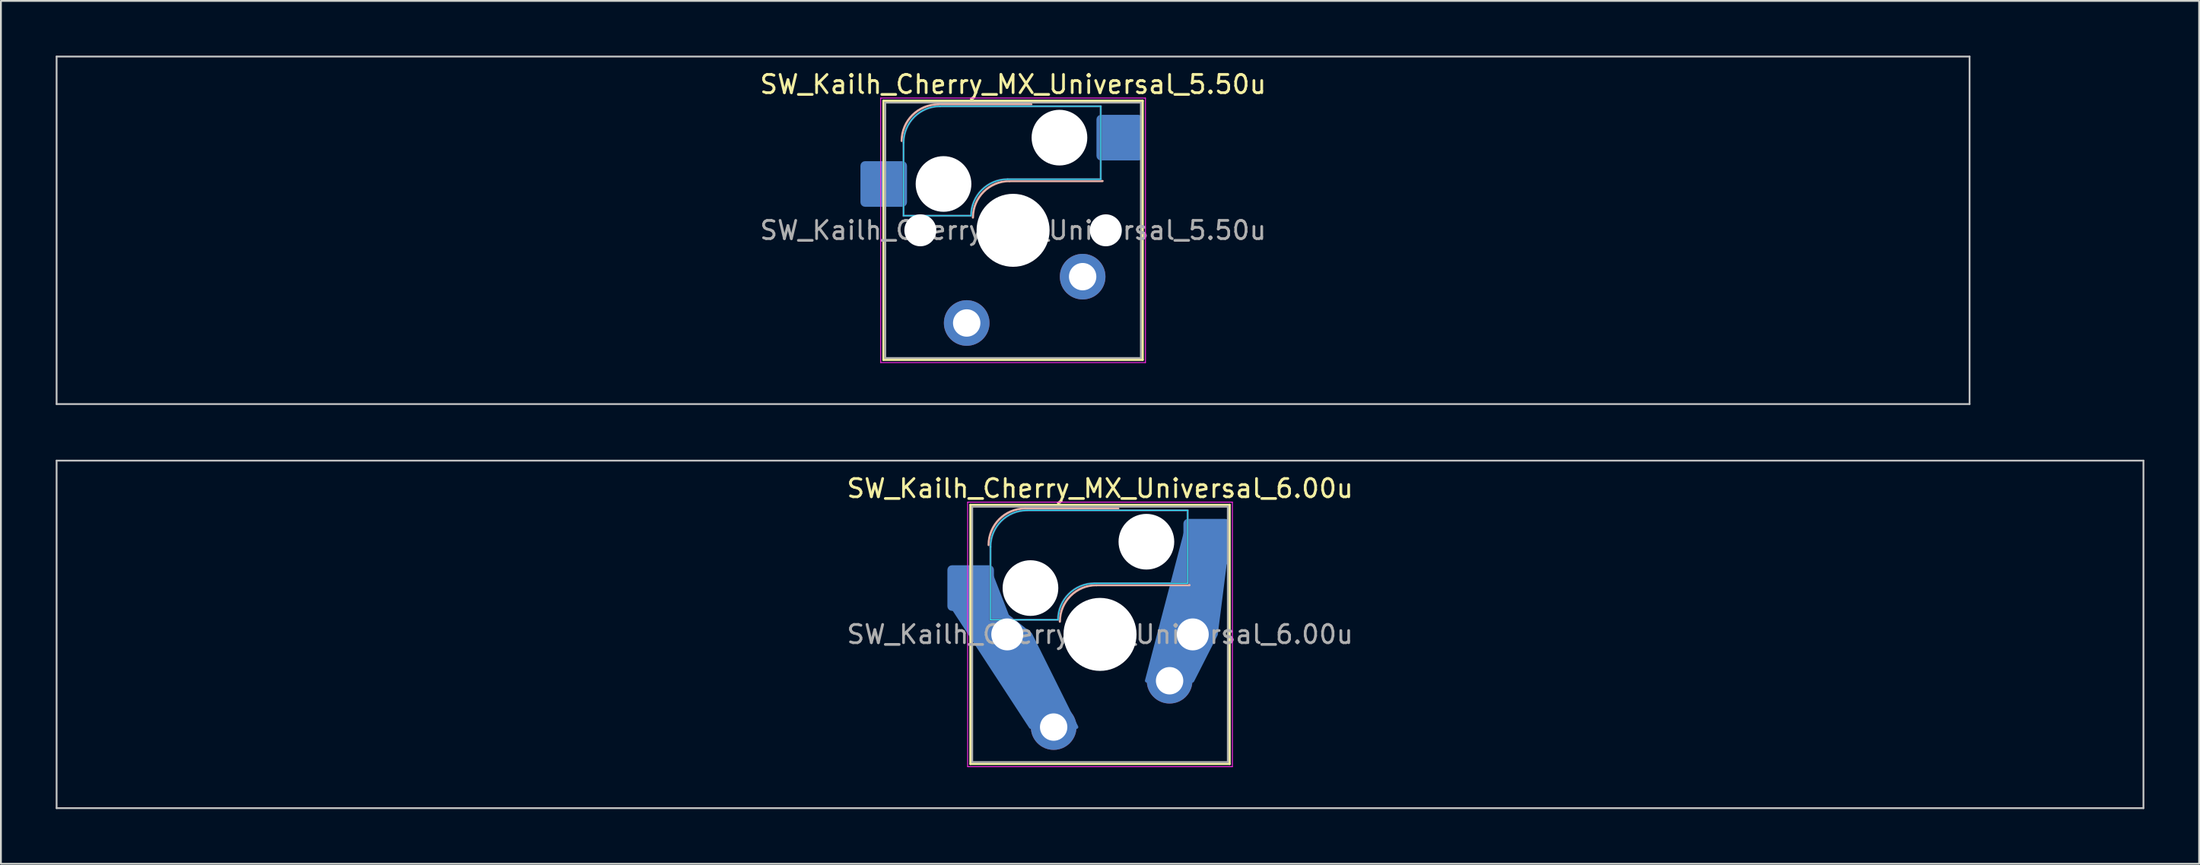
<source format=kicad_pcb>
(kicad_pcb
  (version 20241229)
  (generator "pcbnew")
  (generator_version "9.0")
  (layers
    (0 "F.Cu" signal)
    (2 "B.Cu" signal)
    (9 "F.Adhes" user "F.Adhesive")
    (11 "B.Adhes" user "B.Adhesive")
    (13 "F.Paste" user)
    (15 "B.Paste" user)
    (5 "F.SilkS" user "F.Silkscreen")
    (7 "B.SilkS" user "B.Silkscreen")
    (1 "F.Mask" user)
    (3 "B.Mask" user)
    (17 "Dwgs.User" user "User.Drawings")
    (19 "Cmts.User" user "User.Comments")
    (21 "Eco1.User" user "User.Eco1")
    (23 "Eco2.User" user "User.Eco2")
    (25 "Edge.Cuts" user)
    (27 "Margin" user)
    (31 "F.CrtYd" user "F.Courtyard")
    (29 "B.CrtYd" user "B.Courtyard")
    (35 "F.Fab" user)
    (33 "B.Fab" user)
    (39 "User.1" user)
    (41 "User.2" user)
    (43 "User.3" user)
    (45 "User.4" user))
  (footprint "SW_Kailh_Cherry_MX_Universal_6.00u"
    (layer "F.Cu")
    (at 57.2 31.725)
    (property "Reference" "SW_Kailh_Cherry_MX_Universal_6.00u" (at 0 -8 0) (layer "F.SilkS") (effects (font (size 1 1) (thickness 0.15))))
    (attr through_hole)
    (fp_poly (pts (xy 6.867 -4.08) (xy 6.35 0) (xy 5.06 2.54) (xy 2.56 2.54) (xy 4.817 -6.08)) (stroke (width 0.2) (type solid)) (fill yes) (layer "B.Cu"))
    (fp_poly (pts (xy -5.08 -1.015) (xy -3.81 0) (xy -1.29 5.08) (xy -3.79 5.08) (xy -8.11 -1.54) (xy -6.06 -3.54)) (stroke (width 0.2) (type solid)) (fill yes) (layer "B.Cu"))
    (fp_line (start -7.1 -7.1) (end -7.1 7.1) (stroke (width 0.12) (type solid)) (layer "F.SilkS"))
    (fp_line (start -7.1 7.1) (end 7.1 7.1) (stroke (width 0.12) (type solid)) (layer "F.SilkS"))
    (fp_line (start 7.1 -7.1) (end -7.1 -7.1) (stroke (width 0.12) (type solid)) (layer "F.SilkS"))
    (fp_line (start 7.1 7.1) (end 7.1 -7.1) (stroke (width 0.12) (type solid)) (layer "F.SilkS"))
    (fp_line (start -4.1 -6.9) (end 1 -6.9) (stroke (width 0.12) (type solid)) (layer "B.SilkS"))
    (fp_line (start -0.2 -2.7) (end 4.9 -2.7) (stroke (width 0.12) (type solid)) (layer "B.SilkS"))
    (fp_arc (start -6.1 -4.9) (mid -5.514214 -6.314214) (end -4.1 -6.9) (stroke (width 0.12) (type solid)) (layer "B.SilkS"))
    (fp_arc (start -2.2 -0.7) (mid -1.614214 -2.114214) (end -0.2 -2.7) (stroke (width 0.12) (type solid)) (layer "B.SilkS"))
    (fp_line (start -57.15 -9.525) (end -57.15 9.525) (stroke (width 0.1) (type solid)) (layer "Dwgs.User"))
    (fp_line (start -57.15 9.525) (end 57.15 9.525) (stroke (width 0.1) (type solid)) (layer "Dwgs.User"))
    (fp_line (start 57.15 -9.525) (end -57.15 -9.525) (stroke (width 0.1) (type solid)) (layer "Dwgs.User"))
    (fp_line (start 57.15 9.525) (end 57.15 -9.525) (stroke (width 0.1) (type solid)) (layer "Dwgs.User"))
    (fp_line (start -7.8 -6) (end -7 -6) (stroke (width 0.1) (type solid)) (layer "Eco1.User"))
    (fp_line (start -7.8 -2.9) (end -7.8 -6) (stroke (width 0.1) (type solid)) (layer "Eco1.User"))
    (fp_line (start -7.8 2.9) (end -7 2.9) (stroke (width 0.1) (type solid)) (layer "Eco1.User"))
    (fp_line (start -7.8 6) (end -7.8 2.9) (stroke (width 0.1) (type solid)) (layer "Eco1.User"))
    (fp_line (start -7 -7) (end 7 -7) (stroke (width 0.1) (type solid)) (layer "Eco1.User"))
    (fp_line (start -7 -6) (end -7 -7) (stroke (width 0.1) (type solid)) (layer "Eco1.User"))
    (fp_line (start -7 -2.9) (end -7.8 -2.9) (stroke (width 0.1) (type solid)) (layer "Eco1.User"))
    (fp_line (start -7 2.9) (end -7 -2.9) (stroke (width 0.1) (type solid)) (layer "Eco1.User"))
    (fp_line (start -7 6) (end -7.8 6) (stroke (width 0.1) (type solid)) (layer "Eco1.User"))
    (fp_line (start -7 7) (end -7 6) (stroke (width 0.1) (type solid)) (layer "Eco1.User"))
    (fp_line (start 7 -7) (end 7 -6) (stroke (width 0.1) (type solid)) (layer "Eco1.User"))
    (fp_line (start 7 -6) (end 7.8 -6) (stroke (width 0.1) (type solid)) (layer "Eco1.User"))
    (fp_line (start 7 -2.9) (end 7 2.9) (stroke (width 0.1) (type solid)) (layer "Eco1.User"))
    (fp_line (start 7 2.9) (end 7.8 2.9) (stroke (width 0.1) (type solid)) (layer "Eco1.User"))
    (fp_line (start 7 6) (end 7 7) (stroke (width 0.1) (type solid)) (layer "Eco1.User"))
    (fp_line (start 7 7) (end -7 7) (stroke (width 0.1) (type solid)) (layer "Eco1.User"))
    (fp_line (start 7.8 -6) (end 7.8 -2.9) (stroke (width 0.1) (type solid)) (layer "Eco1.User"))
    (fp_line (start 7.8 -2.9) (end 7 -2.9) (stroke (width 0.1) (type solid)) (layer "Eco1.User"))
    (fp_line (start 7.8 2.9) (end 7.8 6) (stroke (width 0.1) (type solid)) (layer "Eco1.User"))
    (fp_line (start 7.8 6) (end 7 6) (stroke (width 0.1) (type solid)) (layer "Eco1.User"))
    (fp_line (start -6 -0.8) (end -6 -4.8) (stroke (width 0.05) (type solid)) (layer "B.CrtYd"))
    (fp_line (start -6 -0.8) (end -2.3 -0.8) (stroke (width 0.05) (type solid)) (layer "B.CrtYd"))
    (fp_line (start -4 -6.8) (end 4.8 -6.8) (stroke (width 0.05) (type solid)) (layer "B.CrtYd"))
    (fp_line (start -0.3 -2.8) (end 4.8 -2.8) (stroke (width 0.05) (type solid)) (layer "B.CrtYd"))
    (fp_line (start 4.8 -6.8) (end 4.8 -2.8) (stroke (width 0.05) (type solid)) (layer "B.CrtYd"))
    (fp_arc (start -6 -4.8) (mid -5.414214 -6.214214) (end -4 -6.8) (stroke (width 0.05) (type solid)) (layer "B.CrtYd"))
    (fp_arc (start -2.3 -0.8) (mid -1.714214 -2.214214) (end -0.3 -2.8) (stroke (width 0.05) (type solid)) (layer "B.CrtYd"))
    (fp_line (start -7.25 -7.25) (end -7.25 7.25) (stroke (width 0.05) (type solid)) (layer "F.CrtYd"))
    (fp_line (start -7.25 7.25) (end 7.25 7.25) (stroke (width 0.05) (type solid)) (layer "F.CrtYd"))
    (fp_line (start 7.25 -7.25) (end -7.25 -7.25) (stroke (width 0.05) (type solid)) (layer "F.CrtYd"))
    (fp_line (start 7.25 7.25) (end 7.25 -7.25) (stroke (width 0.05) (type solid)) (layer "F.CrtYd"))
    (fp_line (start -6 -0.8) (end -6 -4.8) (stroke (width 0.12) (type solid)) (layer "B.Fab"))
    (fp_line (start -6 -0.8) (end -2.3 -0.8) (stroke (width 0.12) (type solid)) (layer "B.Fab"))
    (fp_line (start -4 -6.8) (end 4.8 -6.8) (stroke (width 0.12) (type solid)) (layer "B.Fab"))
    (fp_line (start -0.3 -2.8) (end 4.8 -2.8) (stroke (width 0.12) (type solid)) (layer "B.Fab"))
    (fp_line (start 4.8 -6.8) (end 4.8 -2.8) (stroke (width 0.12) (type solid)) (layer "B.Fab"))
    (fp_arc (start -6 -4.8) (mid -5.414214 -6.214214) (end -4 -6.8) (stroke (width 0.12) (type solid)) (layer "B.Fab"))
    (fp_arc (start -2.3 -0.8) (mid -1.714214 -2.214214) (end -0.3 -2.8) (stroke (width 0.12) (type solid)) (layer "B.Fab"))
    (fp_line (start -7 -7) (end -7 7) (stroke (width 0.1) (type solid)) (layer "F.Fab"))
    (fp_line (start -7 7) (end 7 7) (stroke (width 0.1) (type solid)) (layer "F.Fab"))
    (fp_line (start 7 -7) (end -7 -7) (stroke (width 0.1) (type solid)) (layer "F.Fab"))
    (fp_line (start 7 7) (end 7 -7) (stroke (width 0.1) (type solid)) (layer "F.Fab"))
    (fp_text user "${REFERENCE}" (at 0 0 0) (layer "F.Fab") (effects (font (size 1 1) (thickness 0.15))))
    (pad "" np_thru_hole circle (at -5.08 0) (size 1.75 1.75) (drill 1.75) (layers "*.Cu" "*.Mask"))
    (pad "" np_thru_hole circle (at -3.81 -2.54) (size 3.05 3.05) (drill 3.05) (layers "*.Cu" "*.Mask"))
    (pad "" np_thru_hole circle (at 0 0) (size 4 4) (drill 4) (layers "*.Cu" "*.Mask"))
    (pad "" np_thru_hole circle (at 2.54 -5.08) (size 3.05 3.05) (drill 3.05) (layers "*.Cu" "*.Mask"))
    (pad "" np_thru_hole circle (at 5.08 0) (size 1.75 1.75) (drill 1.75) (layers "*.Cu" "*.Mask"))
    (pad "1" smd roundrect (at -7.085 -2.54) (size 2.55 2.5) (layers "B.Cu" "B.Mask" "B.Paste") (roundrect_rratio 0.1))
    (pad "1" thru_hole circle (at -2.54 5.08) (size 2.5 2.5) (drill 1.5) (layers "*.Cu" "*.Mask"))
    (pad "2" thru_hole circle (at 3.81 2.54) (size 2.5 2.5) (drill 1.5) (layers "*.Cu" "*.Mask"))
    (pad "2" smd roundrect (at 5.842 -5.08) (size 2.55 2.5) (layers "B.Cu" "B.Mask" "B.Paste") (roundrect_rratio 0.1)))
  (footprint "SW_Kailh_Cherry_MX_Universal_5.50u"
    (layer "F.Cu")
    (at 52.438 9.575)
    (property "Reference" "SW_Kailh_Cherry_MX_Universal_5.50u" (at 0 -8 0) (layer "F.SilkS") (effects (font (size 1 1) (thickness 0.15))))
    (attr through_hole)
    (fp_line (start -7.1 -7.1) (end -7.1 7.1) (stroke (width 0.12) (type solid)) (layer "F.SilkS"))
    (fp_line (start -7.1 7.1) (end 7.1 7.1) (stroke (width 0.12) (type solid)) (layer "F.SilkS"))
    (fp_line (start 7.1 -7.1) (end -7.1 -7.1) (stroke (width 0.12) (type solid)) (layer "F.SilkS"))
    (fp_line (start 7.1 7.1) (end 7.1 -7.1) (stroke (width 0.12) (type solid)) (layer "F.SilkS"))
    (fp_line (start -4.1 -6.9) (end 1 -6.9) (stroke (width 0.12) (type solid)) (layer "B.SilkS"))
    (fp_line (start -0.2 -2.7) (end 4.9 -2.7) (stroke (width 0.12) (type solid)) (layer "B.SilkS"))
    (fp_arc (start -6.1 -4.9) (mid -5.514214 -6.314214) (end -4.1 -6.9) (stroke (width 0.12) (type solid)) (layer "B.SilkS"))
    (fp_arc (start -2.2 -0.7) (mid -1.614214 -2.114214) (end -0.2 -2.7) (stroke (width 0.12) (type solid)) (layer "B.SilkS"))
    (fp_line (start -52.388 -9.525) (end -52.388 9.525) (stroke (width 0.1) (type solid)) (layer "Dwgs.User"))
    (fp_line (start -52.388 9.525) (end 52.388 9.525) (stroke (width 0.1) (type solid)) (layer "Dwgs.User"))
    (fp_line (start 52.388 -9.525) (end -52.388 -9.525) (stroke (width 0.1) (type solid)) (layer "Dwgs.User"))
    (fp_line (start 52.388 9.525) (end 52.388 -9.525) (stroke (width 0.1) (type solid)) (layer "Dwgs.User"))
    (fp_line (start -7.8 -6) (end -7 -6) (stroke (width 0.1) (type solid)) (layer "Eco1.User"))
    (fp_line (start -7.8 -2.9) (end -7.8 -6) (stroke (width 0.1) (type solid)) (layer "Eco1.User"))
    (fp_line (start -7.8 2.9) (end -7 2.9) (stroke (width 0.1) (type solid)) (layer "Eco1.User"))
    (fp_line (start -7.8 6) (end -7.8 2.9) (stroke (width 0.1) (type solid)) (layer "Eco1.User"))
    (fp_line (start -7 -7) (end 7 -7) (stroke (width 0.1) (type solid)) (layer "Eco1.User"))
    (fp_line (start -7 -6) (end -7 -7) (stroke (width 0.1) (type solid)) (layer "Eco1.User"))
    (fp_line (start -7 -2.9) (end -7.8 -2.9) (stroke (width 0.1) (type solid)) (layer "Eco1.User"))
    (fp_line (start -7 2.9) (end -7 -2.9) (stroke (width 0.1) (type solid)) (layer "Eco1.User"))
    (fp_line (start -7 6) (end -7.8 6) (stroke (width 0.1) (type solid)) (layer "Eco1.User"))
    (fp_line (start -7 7) (end -7 6) (stroke (width 0.1) (type solid)) (layer "Eco1.User"))
    (fp_line (start 7 -7) (end 7 -6) (stroke (width 0.1) (type solid)) (layer "Eco1.User"))
    (fp_line (start 7 -6) (end 7.8 -6) (stroke (width 0.1) (type solid)) (layer "Eco1.User"))
    (fp_line (start 7 -2.9) (end 7 2.9) (stroke (width 0.1) (type solid)) (layer "Eco1.User"))
    (fp_line (start 7 2.9) (end 7.8 2.9) (stroke (width 0.1) (type solid)) (layer "Eco1.User"))
    (fp_line (start 7 6) (end 7 7) (stroke (width 0.1) (type solid)) (layer "Eco1.User"))
    (fp_line (start 7 7) (end -7 7) (stroke (width 0.1) (type solid)) (layer "Eco1.User"))
    (fp_line (start 7.8 -6) (end 7.8 -2.9) (stroke (width 0.1) (type solid)) (layer "Eco1.User"))
    (fp_line (start 7.8 -2.9) (end 7 -2.9) (stroke (width 0.1) (type solid)) (layer "Eco1.User"))
    (fp_line (start 7.8 2.9) (end 7.8 6) (stroke (width 0.1) (type solid)) (layer "Eco1.User"))
    (fp_line (start 7.8 6) (end 7 6) (stroke (width 0.1) (type solid)) (layer "Eco1.User"))
    (fp_line (start -6 -0.8) (end -6 -4.8) (stroke (width 0.05) (type solid)) (layer "B.CrtYd"))
    (fp_line (start -6 -0.8) (end -2.3 -0.8) (stroke (width 0.05) (type solid)) (layer "B.CrtYd"))
    (fp_line (start -4 -6.8) (end 4.8 -6.8) (stroke (width 0.05) (type solid)) (layer "B.CrtYd"))
    (fp_line (start -0.3 -2.8) (end 4.8 -2.8) (stroke (width 0.05) (type solid)) (layer "B.CrtYd"))
    (fp_line (start 4.8 -6.8) (end 4.8 -2.8) (stroke (width 0.05) (type solid)) (layer "B.CrtYd"))
    (fp_arc (start -6 -4.8) (mid -5.414214 -6.214214) (end -4 -6.8) (stroke (width 0.05) (type solid)) (layer "B.CrtYd"))
    (fp_arc (start -2.3 -0.8) (mid -1.714214 -2.214214) (end -0.3 -2.8) (stroke (width 0.05) (type solid)) (layer "B.CrtYd"))
    (fp_line (start -7.25 -7.25) (end -7.25 7.25) (stroke (width 0.05) (type solid)) (layer "F.CrtYd"))
    (fp_line (start -7.25 7.25) (end 7.25 7.25) (stroke (width 0.05) (type solid)) (layer "F.CrtYd"))
    (fp_line (start 7.25 -7.25) (end -7.25 -7.25) (stroke (width 0.05) (type solid)) (layer "F.CrtYd"))
    (fp_line (start 7.25 7.25) (end 7.25 -7.25) (stroke (width 0.05) (type solid)) (layer "F.CrtYd"))
    (fp_line (start -6 -0.8) (end -6 -4.8) (stroke (width 0.12) (type solid)) (layer "B.Fab"))
    (fp_line (start -6 -0.8) (end -2.3 -0.8) (stroke (width 0.12) (type solid)) (layer "B.Fab"))
    (fp_line (start -4 -6.8) (end 4.8 -6.8) (stroke (width 0.12) (type solid)) (layer "B.Fab"))
    (fp_line (start -0.3 -2.8) (end 4.8 -2.8) (stroke (width 0.12) (type solid)) (layer "B.Fab"))
    (fp_line (start 4.8 -6.8) (end 4.8 -2.8) (stroke (width 0.12) (type solid)) (layer "B.Fab"))
    (fp_arc (start -6 -4.8) (mid -5.414214 -6.214214) (end -4 -6.8) (stroke (width 0.12) (type solid)) (layer "B.Fab"))
    (fp_arc (start -2.3 -0.8) (mid -1.714214 -2.214214) (end -0.3 -2.8) (stroke (width 0.12) (type solid)) (layer "B.Fab"))
    (fp_line (start -7 -7) (end -7 7) (stroke (width 0.1) (type solid)) (layer "F.Fab"))
    (fp_line (start -7 7) (end 7 7) (stroke (width 0.1) (type solid)) (layer "F.Fab"))
    (fp_line (start 7 -7) (end -7 -7) (stroke (width 0.1) (type solid)) (layer "F.Fab"))
    (fp_line (start 7 7) (end 7 -7) (stroke (width 0.1) (type solid)) (layer "F.Fab"))
    (fp_text user "${REFERENCE}" (at 0 0 0) (layer "F.Fab") (effects (font (size 1 1) (thickness 0.15))))
    (pad "" np_thru_hole circle (at -5.08 0) (size 1.75 1.75) (drill 1.75) (layers "*.Cu" "*.Mask"))
    (pad "" np_thru_hole circle (at -3.81 -2.54) (size 3.05 3.05) (drill 3.05) (layers "*.Cu" "*.Mask"))
    (pad "" np_thru_hole circle (at 0 0) (size 4 4) (drill 4) (layers "*.Cu" "*.Mask"))
    (pad "" np_thru_hole circle (at 2.54 -5.08) (size 3.05 3.05) (drill 3.05) (layers "*.Cu" "*.Mask"))
    (pad "" np_thru_hole circle (at 5.08 0) (size 1.75 1.75) (drill 1.75) (layers "*.Cu" "*.Mask"))
    (pad "1" smd roundrect (at -7.085 -2.54) (size 2.55 2.5) (layers "B.Cu" "B.Mask" "B.Paste") (roundrect_rratio 0.1))
    (pad "1" thru_hole circle (at -2.54 5.08) (size 2.5 2.5) (drill 1.5) (layers "*.Cu" "*.Mask"))
    (pad "2" thru_hole circle (at 3.81 2.54) (size 2.5 2.5) (drill 1.5) (layers "*.Cu" "*.Mask"))
    (pad "2" smd roundrect (at 5.842 -5.08) (size 2.55 2.5) (layers "B.Cu" "B.Mask" "B.Paste") (roundrect_rratio 0.1)))
  (gr_rect
    (start -3 -3)
    (end 117.4 44.3)
    (stroke (width 0.1) (type default))
    (fill no)
    (layer "Edge.Cuts")))
</source>
